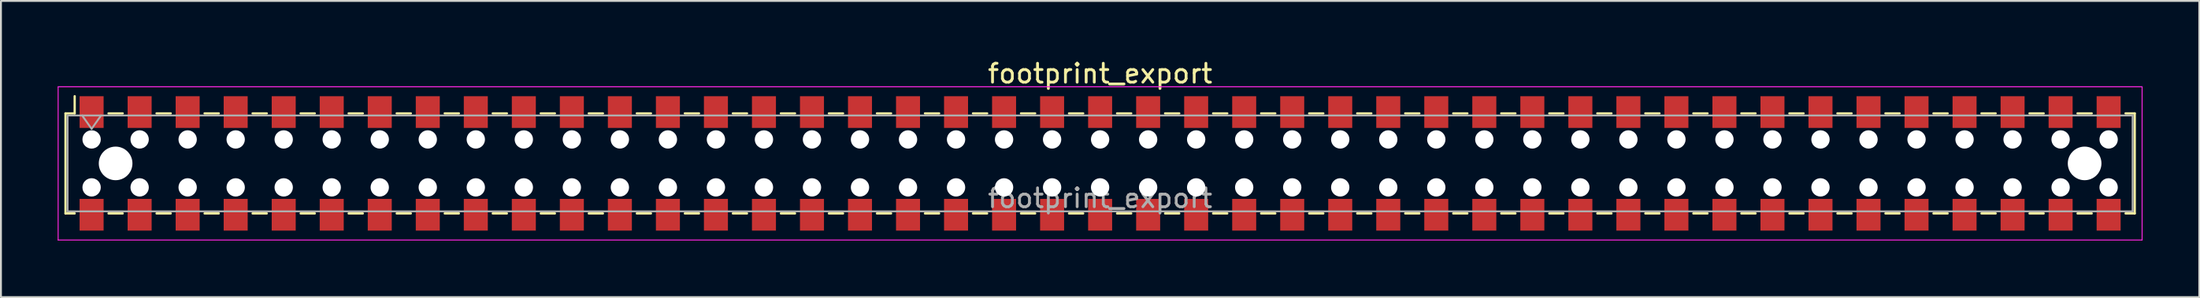
<source format=kicad_pcb>
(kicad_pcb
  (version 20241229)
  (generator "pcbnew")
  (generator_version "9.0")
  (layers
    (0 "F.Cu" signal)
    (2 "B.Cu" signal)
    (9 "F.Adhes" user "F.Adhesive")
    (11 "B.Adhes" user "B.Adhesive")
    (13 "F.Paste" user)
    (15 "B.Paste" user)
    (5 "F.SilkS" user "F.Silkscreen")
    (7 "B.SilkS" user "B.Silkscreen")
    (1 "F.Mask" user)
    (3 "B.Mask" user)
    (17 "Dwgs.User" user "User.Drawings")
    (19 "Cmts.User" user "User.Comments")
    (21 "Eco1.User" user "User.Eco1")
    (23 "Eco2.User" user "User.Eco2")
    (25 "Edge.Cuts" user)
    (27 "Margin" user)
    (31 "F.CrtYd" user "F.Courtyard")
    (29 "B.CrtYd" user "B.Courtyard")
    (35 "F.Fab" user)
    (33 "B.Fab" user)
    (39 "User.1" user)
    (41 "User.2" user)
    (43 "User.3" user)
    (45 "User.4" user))
  (footprint "footprint_export"
    (layer "F.Cu")
    (at 55.135 5.608)
    (property "Reference" "footprint_export" (at 0 -4.76 0) (layer "F.SilkS") (effects (font (size 1 1) (thickness 0.15))))
    (attr smd)
    (fp_line (start -54.72 -2.65) (end -54.72 2.65) (stroke (width 0.12) (type solid)) (layer "F.SilkS"))
    (fp_line (start -54.72 2.65) (end -54.235 2.65) (stroke (width 0.12) (type solid)) (layer "F.SilkS"))
    (fp_line (start -54.235 -3.56) (end -54.235 -2.65) (stroke (width 0.12) (type solid)) (layer "F.SilkS"))
    (fp_line (start -54.235 -2.65) (end -54.72 -2.65) (stroke (width 0.12) (type solid)) (layer "F.SilkS"))
    (fp_line (start -52.445 -2.65) (end -51.695 -2.65) (stroke (width 0.12) (type solid)) (layer "F.SilkS"))
    (fp_line (start -52.445 2.65) (end -51.695 2.65) (stroke (width 0.12) (type solid)) (layer "F.SilkS"))
    (fp_line (start -49.905 -2.65) (end -49.155 -2.65) (stroke (width 0.12) (type solid)) (layer "F.SilkS"))
    (fp_line (start -49.905 2.65) (end -49.155 2.65) (stroke (width 0.12) (type solid)) (layer "F.SilkS"))
    (fp_line (start -47.365 -2.65) (end -46.615 -2.65) (stroke (width 0.12) (type solid)) (layer "F.SilkS"))
    (fp_line (start -47.365 2.65) (end -46.615 2.65) (stroke (width 0.12) (type solid)) (layer "F.SilkS"))
    (fp_line (start -44.825 -2.65) (end -44.075 -2.65) (stroke (width 0.12) (type solid)) (layer "F.SilkS"))
    (fp_line (start -44.825 2.65) (end -44.075 2.65) (stroke (width 0.12) (type solid)) (layer "F.SilkS"))
    (fp_line (start -42.285 -2.65) (end -41.535 -2.65) (stroke (width 0.12) (type solid)) (layer "F.SilkS"))
    (fp_line (start -42.285 2.65) (end -41.535 2.65) (stroke (width 0.12) (type solid)) (layer "F.SilkS"))
    (fp_line (start -39.745 -2.65) (end -38.995 -2.65) (stroke (width 0.12) (type solid)) (layer "F.SilkS"))
    (fp_line (start -39.745 2.65) (end -38.995 2.65) (stroke (width 0.12) (type solid)) (layer "F.SilkS"))
    (fp_line (start -37.205 -2.65) (end -36.455 -2.65) (stroke (width 0.12) (type solid)) (layer "F.SilkS"))
    (fp_line (start -37.205 2.65) (end -36.455 2.65) (stroke (width 0.12) (type solid)) (layer "F.SilkS"))
    (fp_line (start -34.665 -2.65) (end -33.915 -2.65) (stroke (width 0.12) (type solid)) (layer "F.SilkS"))
    (fp_line (start -34.665 2.65) (end -33.915 2.65) (stroke (width 0.12) (type solid)) (layer "F.SilkS"))
    (fp_line (start -32.125 -2.65) (end -31.375 -2.65) (stroke (width 0.12) (type solid)) (layer "F.SilkS"))
    (fp_line (start -32.125 2.65) (end -31.375 2.65) (stroke (width 0.12) (type solid)) (layer "F.SilkS"))
    (fp_line (start -29.585 -2.65) (end -28.835 -2.65) (stroke (width 0.12) (type solid)) (layer "F.SilkS"))
    (fp_line (start -29.585 2.65) (end -28.835 2.65) (stroke (width 0.12) (type solid)) (layer "F.SilkS"))
    (fp_line (start -27.045 -2.65) (end -26.295 -2.65) (stroke (width 0.12) (type solid)) (layer "F.SilkS"))
    (fp_line (start -27.045 2.65) (end -26.295 2.65) (stroke (width 0.12) (type solid)) (layer "F.SilkS"))
    (fp_line (start -24.505 -2.65) (end -23.755 -2.65) (stroke (width 0.12) (type solid)) (layer "F.SilkS"))
    (fp_line (start -24.505 2.65) (end -23.755 2.65) (stroke (width 0.12) (type solid)) (layer "F.SilkS"))
    (fp_line (start -21.965 -2.65) (end -21.215 -2.65) (stroke (width 0.12) (type solid)) (layer "F.SilkS"))
    (fp_line (start -21.965 2.65) (end -21.215 2.65) (stroke (width 0.12) (type solid)) (layer "F.SilkS"))
    (fp_line (start -19.425 -2.65) (end -18.675 -2.65) (stroke (width 0.12) (type solid)) (layer "F.SilkS"))
    (fp_line (start -19.425 2.65) (end -18.675 2.65) (stroke (width 0.12) (type solid)) (layer "F.SilkS"))
    (fp_line (start -16.885 -2.65) (end -16.135 -2.65) (stroke (width 0.12) (type solid)) (layer "F.SilkS"))
    (fp_line (start -16.885 2.65) (end -16.135 2.65) (stroke (width 0.12) (type solid)) (layer "F.SilkS"))
    (fp_line (start -14.345 -2.65) (end -13.595 -2.65) (stroke (width 0.12) (type solid)) (layer "F.SilkS"))
    (fp_line (start -14.345 2.65) (end -13.595 2.65) (stroke (width 0.12) (type solid)) (layer "F.SilkS"))
    (fp_line (start -11.805 -2.65) (end -11.055 -2.65) (stroke (width 0.12) (type solid)) (layer "F.SilkS"))
    (fp_line (start -11.805 2.65) (end -11.055 2.65) (stroke (width 0.12) (type solid)) (layer "F.SilkS"))
    (fp_line (start -9.265 -2.65) (end -8.515 -2.65) (stroke (width 0.12) (type solid)) (layer "F.SilkS"))
    (fp_line (start -9.265 2.65) (end -8.515 2.65) (stroke (width 0.12) (type solid)) (layer "F.SilkS"))
    (fp_line (start -6.725 -2.65) (end -5.975 -2.65) (stroke (width 0.12) (type solid)) (layer "F.SilkS"))
    (fp_line (start -6.725 2.65) (end -5.975 2.65) (stroke (width 0.12) (type solid)) (layer "F.SilkS"))
    (fp_line (start -4.185 -2.65) (end -3.435 -2.65) (stroke (width 0.12) (type solid)) (layer "F.SilkS"))
    (fp_line (start -4.185 2.65) (end -3.435 2.65) (stroke (width 0.12) (type solid)) (layer "F.SilkS"))
    (fp_line (start -1.645 -2.65) (end -0.895 -2.65) (stroke (width 0.12) (type solid)) (layer "F.SilkS"))
    (fp_line (start -1.645 2.65) (end -0.895 2.65) (stroke (width 0.12) (type solid)) (layer "F.SilkS"))
    (fp_line (start 0.895 -2.65) (end 1.645 -2.65) (stroke (width 0.12) (type solid)) (layer "F.SilkS"))
    (fp_line (start 0.895 2.65) (end 1.645 2.65) (stroke (width 0.12) (type solid)) (layer "F.SilkS"))
    (fp_line (start 3.435 -2.65) (end 4.185 -2.65) (stroke (width 0.12) (type solid)) (layer "F.SilkS"))
    (fp_line (start 3.435 2.65) (end 4.185 2.65) (stroke (width 0.12) (type solid)) (layer "F.SilkS"))
    (fp_line (start 5.975 -2.65) (end 6.725 -2.65) (stroke (width 0.12) (type solid)) (layer "F.SilkS"))
    (fp_line (start 5.975 2.65) (end 6.725 2.65) (stroke (width 0.12) (type solid)) (layer "F.SilkS"))
    (fp_line (start 8.515 -2.65) (end 9.265 -2.65) (stroke (width 0.12) (type solid)) (layer "F.SilkS"))
    (fp_line (start 8.515 2.65) (end 9.265 2.65) (stroke (width 0.12) (type solid)) (layer "F.SilkS"))
    (fp_line (start 11.055 -2.65) (end 11.805 -2.65) (stroke (width 0.12) (type solid)) (layer "F.SilkS"))
    (fp_line (start 11.055 2.65) (end 11.805 2.65) (stroke (width 0.12) (type solid)) (layer "F.SilkS"))
    (fp_line (start 13.595 -2.65) (end 14.345 -2.65) (stroke (width 0.12) (type solid)) (layer "F.SilkS"))
    (fp_line (start 13.595 2.65) (end 14.345 2.65) (stroke (width 0.12) (type solid)) (layer "F.SilkS"))
    (fp_line (start 16.135 -2.65) (end 16.885 -2.65) (stroke (width 0.12) (type solid)) (layer "F.SilkS"))
    (fp_line (start 16.135 2.65) (end 16.885 2.65) (stroke (width 0.12) (type solid)) (layer "F.SilkS"))
    (fp_line (start 18.675 -2.65) (end 19.425 -2.65) (stroke (width 0.12) (type solid)) (layer "F.SilkS"))
    (fp_line (start 18.675 2.65) (end 19.425 2.65) (stroke (width 0.12) (type solid)) (layer "F.SilkS"))
    (fp_line (start 21.215 -2.65) (end 21.965 -2.65) (stroke (width 0.12) (type solid)) (layer "F.SilkS"))
    (fp_line (start 21.215 2.65) (end 21.965 2.65) (stroke (width 0.12) (type solid)) (layer "F.SilkS"))
    (fp_line (start 23.755 -2.65) (end 24.505 -2.65) (stroke (width 0.12) (type solid)) (layer "F.SilkS"))
    (fp_line (start 23.755 2.65) (end 24.505 2.65) (stroke (width 0.12) (type solid)) (layer "F.SilkS"))
    (fp_line (start 26.295 -2.65) (end 27.045 -2.65) (stroke (width 0.12) (type solid)) (layer "F.SilkS"))
    (fp_line (start 26.295 2.65) (end 27.045 2.65) (stroke (width 0.12) (type solid)) (layer "F.SilkS"))
    (fp_line (start 28.835 -2.65) (end 29.585 -2.65) (stroke (width 0.12) (type solid)) (layer "F.SilkS"))
    (fp_line (start 28.835 2.65) (end 29.585 2.65) (stroke (width 0.12) (type solid)) (layer "F.SilkS"))
    (fp_line (start 31.375 -2.65) (end 32.125 -2.65) (stroke (width 0.12) (type solid)) (layer "F.SilkS"))
    (fp_line (start 31.375 2.65) (end 32.125 2.65) (stroke (width 0.12) (type solid)) (layer "F.SilkS"))
    (fp_line (start 33.915 -2.65) (end 34.665 -2.65) (stroke (width 0.12) (type solid)) (layer "F.SilkS"))
    (fp_line (start 33.915 2.65) (end 34.665 2.65) (stroke (width 0.12) (type solid)) (layer "F.SilkS"))
    (fp_line (start 36.455 -2.65) (end 37.205 -2.65) (stroke (width 0.12) (type solid)) (layer "F.SilkS"))
    (fp_line (start 36.455 2.65) (end 37.205 2.65) (stroke (width 0.12) (type solid)) (layer "F.SilkS"))
    (fp_line (start 38.995 -2.65) (end 39.745 -2.65) (stroke (width 0.12) (type solid)) (layer "F.SilkS"))
    (fp_line (start 38.995 2.65) (end 39.745 2.65) (stroke (width 0.12) (type solid)) (layer "F.SilkS"))
    (fp_line (start 41.535 -2.65) (end 42.285 -2.65) (stroke (width 0.12) (type solid)) (layer "F.SilkS"))
    (fp_line (start 41.535 2.65) (end 42.285 2.65) (stroke (width 0.12) (type solid)) (layer "F.SilkS"))
    (fp_line (start 44.075 -2.65) (end 44.825 -2.65) (stroke (width 0.12) (type solid)) (layer "F.SilkS"))
    (fp_line (start 44.075 2.65) (end 44.825 2.65) (stroke (width 0.12) (type solid)) (layer "F.SilkS"))
    (fp_line (start 46.615 -2.65) (end 47.365 -2.65) (stroke (width 0.12) (type solid)) (layer "F.SilkS"))
    (fp_line (start 46.615 2.65) (end 47.365 2.65) (stroke (width 0.12) (type solid)) (layer "F.SilkS"))
    (fp_line (start 49.155 -2.65) (end 49.905 -2.65) (stroke (width 0.12) (type solid)) (layer "F.SilkS"))
    (fp_line (start 49.155 2.65) (end 49.905 2.65) (stroke (width 0.12) (type solid)) (layer "F.SilkS"))
    (fp_line (start 51.695 -2.65) (end 52.445 -2.65) (stroke (width 0.12) (type solid)) (layer "F.SilkS"))
    (fp_line (start 51.695 2.65) (end 52.445 2.65) (stroke (width 0.12) (type solid)) (layer "F.SilkS"))
    (fp_line (start 54.235 -2.65) (end 54.72 -2.65) (stroke (width 0.12) (type solid)) (layer "F.SilkS"))
    (fp_line (start 54.72 -2.65) (end 54.72 2.65) (stroke (width 0.12) (type solid)) (layer "F.SilkS"))
    (fp_line (start 54.72 2.65) (end 54.235 2.65) (stroke (width 0.12) (type solid)) (layer "F.SilkS"))
    (fp_line (start -55.11 -4.06) (end 55.11 -4.06) (stroke (width 0.05) (type solid)) (layer "F.CrtYd"))
    (fp_line (start -55.11 4.06) (end -55.11 -4.06) (stroke (width 0.05) (type solid)) (layer "F.CrtYd"))
    (fp_line (start 55.11 -4.06) (end 55.11 4.06) (stroke (width 0.05) (type solid)) (layer "F.CrtYd"))
    (fp_line (start 55.11 4.06) (end -55.11 4.06) (stroke (width 0.05) (type solid)) (layer "F.CrtYd"))
    (fp_line (start -54.61 -2.54) (end 54.61 -2.54) (stroke (width 0.1) (type solid)) (layer "F.Fab"))
    (fp_line (start -54.61 2.54) (end -54.61 -2.54) (stroke (width 0.1) (type solid)) (layer "F.Fab"))
    (fp_line (start -53.84 -2.54) (end -53.34 -1.833) (stroke (width 0.1) (type solid)) (layer "F.Fab"))
    (fp_line (start -53.34 -1.833) (end -52.84 -2.54) (stroke (width 0.1) (type solid)) (layer "F.Fab"))
    (fp_line (start 54.61 -2.54) (end 54.61 2.54) (stroke (width 0.1) (type solid)) (layer "F.Fab"))
    (fp_line (start 54.61 2.54) (end -54.61 2.54) (stroke (width 0.1) (type solid)) (layer "F.Fab"))
    (fp_text user "${REFERENCE}" (at 0 1.84 0) (layer "F.Fab") (effects (font (size 1 1) (thickness 0.15))))
    (pad "" np_thru_hole circle (at -53.34 -1.27) (size 0.97 0.97) (drill 0.97) (layers "*.Cu" "*.Mask"))
    (pad "" np_thru_hole circle (at -53.34 1.27) (size 0.97 0.97) (drill 0.97) (layers "*.Cu" "*.Mask"))
    (pad "" np_thru_hole circle (at -52.07 0) (size 1.78 1.78) (drill 1.78) (layers "*.Cu" "*.Mask"))
    (pad "" np_thru_hole circle (at -50.8 -1.27) (size 0.97 0.97) (drill 0.97) (layers "*.Cu" "*.Mask"))
    (pad "" np_thru_hole circle (at -50.8 1.27) (size 0.97 0.97) (drill 0.97) (layers "*.Cu" "*.Mask"))
    (pad "" np_thru_hole circle (at -48.26 -1.27) (size 0.97 0.97) (drill 0.97) (layers "*.Cu" "*.Mask"))
    (pad "" np_thru_hole circle (at -48.26 1.27) (size 0.97 0.97) (drill 0.97) (layers "*.Cu" "*.Mask"))
    (pad "" np_thru_hole circle (at -45.72 -1.27) (size 0.97 0.97) (drill 0.97) (layers "*.Cu" "*.Mask"))
    (pad "" np_thru_hole circle (at -45.72 1.27) (size 0.97 0.97) (drill 0.97) (layers "*.Cu" "*.Mask"))
    (pad "" np_thru_hole circle (at -43.18 -1.27) (size 0.97 0.97) (drill 0.97) (layers "*.Cu" "*.Mask"))
    (pad "" np_thru_hole circle (at -43.18 1.27) (size 0.97 0.97) (drill 0.97) (layers "*.Cu" "*.Mask"))
    (pad "" np_thru_hole circle (at -40.64 -1.27) (size 0.97 0.97) (drill 0.97) (layers "*.Cu" "*.Mask"))
    (pad "" np_thru_hole circle (at -40.64 1.27) (size 0.97 0.97) (drill 0.97) (layers "*.Cu" "*.Mask"))
    (pad "" np_thru_hole circle (at -38.1 -1.27) (size 0.97 0.97) (drill 0.97) (layers "*.Cu" "*.Mask"))
    (pad "" np_thru_hole circle (at -38.1 1.27) (size 0.97 0.97) (drill 0.97) (layers "*.Cu" "*.Mask"))
    (pad "" np_thru_hole circle (at -35.56 -1.27) (size 0.97 0.97) (drill 0.97) (layers "*.Cu" "*.Mask"))
    (pad "" np_thru_hole circle (at -35.56 1.27) (size 0.97 0.97) (drill 0.97) (layers "*.Cu" "*.Mask"))
    (pad "" np_thru_hole circle (at -33.02 -1.27) (size 0.97 0.97) (drill 0.97) (layers "*.Cu" "*.Mask"))
    (pad "" np_thru_hole circle (at -33.02 1.27) (size 0.97 0.97) (drill 0.97) (layers "*.Cu" "*.Mask"))
    (pad "" np_thru_hole circle (at -30.48 -1.27) (size 0.97 0.97) (drill 0.97) (layers "*.Cu" "*.Mask"))
    (pad "" np_thru_hole circle (at -30.48 1.27) (size 0.97 0.97) (drill 0.97) (layers "*.Cu" "*.Mask"))
    (pad "" np_thru_hole circle (at -27.94 -1.27) (size 0.97 0.97) (drill 0.97) (layers "*.Cu" "*.Mask"))
    (pad "" np_thru_hole circle (at -27.94 1.27) (size 0.97 0.97) (drill 0.97) (layers "*.Cu" "*.Mask"))
    (pad "" np_thru_hole circle (at -25.4 -1.27) (size 0.97 0.97) (drill 0.97) (layers "*.Cu" "*.Mask"))
    (pad "" np_thru_hole circle (at -25.4 1.27) (size 0.97 0.97) (drill 0.97) (layers "*.Cu" "*.Mask"))
    (pad "" np_thru_hole circle (at -22.86 -1.27) (size 0.97 0.97) (drill 0.97) (layers "*.Cu" "*.Mask"))
    (pad "" np_thru_hole circle (at -22.86 1.27) (size 0.97 0.97) (drill 0.97) (layers "*.Cu" "*.Mask"))
    (pad "" np_thru_hole circle (at -20.32 -1.27) (size 0.97 0.97) (drill 0.97) (layers "*.Cu" "*.Mask"))
    (pad "" np_thru_hole circle (at -20.32 1.27) (size 0.97 0.97) (drill 0.97) (layers "*.Cu" "*.Mask"))
    (pad "" np_thru_hole circle (at -17.78 -1.27) (size 0.97 0.97) (drill 0.97) (layers "*.Cu" "*.Mask"))
    (pad "" np_thru_hole circle (at -17.78 1.27) (size 0.97 0.97) (drill 0.97) (layers "*.Cu" "*.Mask"))
    (pad "" np_thru_hole circle (at -15.24 -1.27) (size 0.97 0.97) (drill 0.97) (layers "*.Cu" "*.Mask"))
    (pad "" np_thru_hole circle (at -15.24 1.27) (size 0.97 0.97) (drill 0.97) (layers "*.Cu" "*.Mask"))
    (pad "" np_thru_hole circle (at -12.7 -1.27) (size 0.97 0.97) (drill 0.97) (layers "*.Cu" "*.Mask"))
    (pad "" np_thru_hole circle (at -12.7 1.27) (size 0.97 0.97) (drill 0.97) (layers "*.Cu" "*.Mask"))
    (pad "" np_thru_hole circle (at -10.16 -1.27) (size 0.97 0.97) (drill 0.97) (layers "*.Cu" "*.Mask"))
    (pad "" np_thru_hole circle (at -10.16 1.27) (size 0.97 0.97) (drill 0.97) (layers "*.Cu" "*.Mask"))
    (pad "" np_thru_hole circle (at -7.62 -1.27) (size 0.97 0.97) (drill 0.97) (layers "*.Cu" "*.Mask"))
    (pad "" np_thru_hole circle (at -7.62 1.27) (size 0.97 0.97) (drill 0.97) (layers "*.Cu" "*.Mask"))
    (pad "" np_thru_hole circle (at -5.08 -1.27) (size 0.97 0.97) (drill 0.97) (layers "*.Cu" "*.Mask"))
    (pad "" np_thru_hole circle (at -5.08 1.27) (size 0.97 0.97) (drill 0.97) (layers "*.Cu" "*.Mask"))
    (pad "" np_thru_hole circle (at -2.54 -1.27) (size 0.97 0.97) (drill 0.97) (layers "*.Cu" "*.Mask"))
    (pad "" np_thru_hole circle (at -2.54 1.27) (size 0.97 0.97) (drill 0.97) (layers "*.Cu" "*.Mask"))
    (pad "" np_thru_hole circle (at 0 -1.27) (size 0.97 0.97) (drill 0.97) (layers "*.Cu" "*.Mask"))
    (pad "" np_thru_hole circle (at 0 1.27) (size 0.97 0.97) (drill 0.97) (layers "*.Cu" "*.Mask"))
    (pad "" np_thru_hole circle (at 2.54 -1.27) (size 0.97 0.97) (drill 0.97) (layers "*.Cu" "*.Mask"))
    (pad "" np_thru_hole circle (at 2.54 1.27) (size 0.97 0.97) (drill 0.97) (layers "*.Cu" "*.Mask"))
    (pad "" np_thru_hole circle (at 5.08 -1.27) (size 0.97 0.97) (drill 0.97) (layers "*.Cu" "*.Mask"))
    (pad "" np_thru_hole circle (at 5.08 1.27) (size 0.97 0.97) (drill 0.97) (layers "*.Cu" "*.Mask"))
    (pad "" np_thru_hole circle (at 7.62 -1.27) (size 0.97 0.97) (drill 0.97) (layers "*.Cu" "*.Mask"))
    (pad "" np_thru_hole circle (at 7.62 1.27) (size 0.97 0.97) (drill 0.97) (layers "*.Cu" "*.Mask"))
    (pad "" np_thru_hole circle (at 10.16 -1.27) (size 0.97 0.97) (drill 0.97) (layers "*.Cu" "*.Mask"))
    (pad "" np_thru_hole circle (at 10.16 1.27) (size 0.97 0.97) (drill 0.97) (layers "*.Cu" "*.Mask"))
    (pad "" np_thru_hole circle (at 12.7 -1.27) (size 0.97 0.97) (drill 0.97) (layers "*.Cu" "*.Mask"))
    (pad "" np_thru_hole circle (at 12.7 1.27) (size 0.97 0.97) (drill 0.97) (layers "*.Cu" "*.Mask"))
    (pad "" np_thru_hole circle (at 15.24 -1.27) (size 0.97 0.97) (drill 0.97) (layers "*.Cu" "*.Mask"))
    (pad "" np_thru_hole circle (at 15.24 1.27) (size 0.97 0.97) (drill 0.97) (layers "*.Cu" "*.Mask"))
    (pad "" np_thru_hole circle (at 17.78 -1.27) (size 0.97 0.97) (drill 0.97) (layers "*.Cu" "*.Mask"))
    (pad "" np_thru_hole circle (at 17.78 1.27) (size 0.97 0.97) (drill 0.97) (layers "*.Cu" "*.Mask"))
    (pad "" np_thru_hole circle (at 20.32 -1.27) (size 0.97 0.97) (drill 0.97) (layers "*.Cu" "*.Mask"))
    (pad "" np_thru_hole circle (at 20.32 1.27) (size 0.97 0.97) (drill 0.97) (layers "*.Cu" "*.Mask"))
    (pad "" np_thru_hole circle (at 22.86 -1.27) (size 0.97 0.97) (drill 0.97) (layers "*.Cu" "*.Mask"))
    (pad "" np_thru_hole circle (at 22.86 1.27) (size 0.97 0.97) (drill 0.97) (layers "*.Cu" "*.Mask"))
    (pad "" np_thru_hole circle (at 25.4 -1.27) (size 0.97 0.97) (drill 0.97) (layers "*.Cu" "*.Mask"))
    (pad "" np_thru_hole circle (at 25.4 1.27) (size 0.97 0.97) (drill 0.97) (layers "*.Cu" "*.Mask"))
    (pad "" np_thru_hole circle (at 27.94 -1.27) (size 0.97 0.97) (drill 0.97) (layers "*.Cu" "*.Mask"))
    (pad "" np_thru_hole circle (at 27.94 1.27) (size 0.97 0.97) (drill 0.97) (layers "*.Cu" "*.Mask"))
    (pad "" np_thru_hole circle (at 30.48 -1.27) (size 0.97 0.97) (drill 0.97) (layers "*.Cu" "*.Mask"))
    (pad "" np_thru_hole circle (at 30.48 1.27) (size 0.97 0.97) (drill 0.97) (layers "*.Cu" "*.Mask"))
    (pad "" np_thru_hole circle (at 33.02 -1.27) (size 0.97 0.97) (drill 0.97) (layers "*.Cu" "*.Mask"))
    (pad "" np_thru_hole circle (at 33.02 1.27) (size 0.97 0.97) (drill 0.97) (layers "*.Cu" "*.Mask"))
    (pad "" np_thru_hole circle (at 35.56 -1.27) (size 0.97 0.97) (drill 0.97) (layers "*.Cu" "*.Mask"))
    (pad "" np_thru_hole circle (at 35.56 1.27) (size 0.97 0.97) (drill 0.97) (layers "*.Cu" "*.Mask"))
    (pad "" np_thru_hole circle (at 38.1 -1.27) (size 0.97 0.97) (drill 0.97) (layers "*.Cu" "*.Mask"))
    (pad "" np_thru_hole circle (at 38.1 1.27) (size 0.97 0.97) (drill 0.97) (layers "*.Cu" "*.Mask"))
    (pad "" np_thru_hole circle (at 40.64 -1.27) (size 0.97 0.97) (drill 0.97) (layers "*.Cu" "*.Mask"))
    (pad "" np_thru_hole circle (at 40.64 1.27) (size 0.97 0.97) (drill 0.97) (layers "*.Cu" "*.Mask"))
    (pad "" np_thru_hole circle (at 43.18 -1.27) (size 0.97 0.97) (drill 0.97) (layers "*.Cu" "*.Mask"))
    (pad "" np_thru_hole circle (at 43.18 1.27) (size 0.97 0.97) (drill 0.97) (layers "*.Cu" "*.Mask"))
    (pad "" np_thru_hole circle (at 45.72 -1.27) (size 0.97 0.97) (drill 0.97) (layers "*.Cu" "*.Mask"))
    (pad "" np_thru_hole circle (at 45.72 1.27) (size 0.97 0.97) (drill 0.97) (layers "*.Cu" "*.Mask"))
    (pad "" np_thru_hole circle (at 48.26 -1.27) (size 0.97 0.97) (drill 0.97) (layers "*.Cu" "*.Mask"))
    (pad "" np_thru_hole circle (at 48.26 1.27) (size 0.97 0.97) (drill 0.97) (layers "*.Cu" "*.Mask"))
    (pad "" np_thru_hole circle (at 50.8 -1.27) (size 0.97 0.97) (drill 0.97) (layers "*.Cu" "*.Mask"))
    (pad "" np_thru_hole circle (at 50.8 1.27) (size 0.97 0.97) (drill 0.97) (layers "*.Cu" "*.Mask"))
    (pad "" np_thru_hole circle (at 52.07 0) (size 1.78 1.78) (drill 1.78) (layers "*.Cu" "*.Mask"))
    (pad "" np_thru_hole circle (at 53.34 -1.27) (size 0.97 0.97) (drill 0.97) (layers "*.Cu" "*.Mask"))
    (pad "" np_thru_hole circle (at 53.34 1.27) (size 0.97 0.97) (drill 0.97) (layers "*.Cu" "*.Mask"))
    (pad "1" smd rect (at -53.34 -2.72) (size 1.27 1.68) (layers "F.Cu" "F.Mask" "F.Paste"))
    (pad "2" smd rect (at -53.34 2.72) (size 1.27 1.68) (layers "F.Cu" "F.Mask" "F.Paste"))
    (pad "3" smd rect (at -50.8 -2.72) (size 1.27 1.68) (layers "F.Cu" "F.Mask" "F.Paste"))
    (pad "4" smd rect (at -50.8 2.72) (size 1.27 1.68) (layers "F.Cu" "F.Mask" "F.Paste"))
    (pad "5" smd rect (at -48.26 -2.72) (size 1.27 1.68) (layers "F.Cu" "F.Mask" "F.Paste"))
    (pad "6" smd rect (at -48.26 2.72) (size 1.27 1.68) (layers "F.Cu" "F.Mask" "F.Paste"))
    (pad "7" smd rect (at -45.72 -2.72) (size 1.27 1.68) (layers "F.Cu" "F.Mask" "F.Paste"))
    (pad "8" smd rect (at -45.72 2.72) (size 1.27 1.68) (layers "F.Cu" "F.Mask" "F.Paste"))
    (pad "9" smd rect (at -43.18 -2.72) (size 1.27 1.68) (layers "F.Cu" "F.Mask" "F.Paste"))
    (pad "10" smd rect (at -43.18 2.72) (size 1.27 1.68) (layers "F.Cu" "F.Mask" "F.Paste"))
    (pad "11" smd rect (at -40.64 -2.72) (size 1.27 1.68) (layers "F.Cu" "F.Mask" "F.Paste"))
    (pad "12" smd rect (at -40.64 2.72) (size 1.27 1.68) (layers "F.Cu" "F.Mask" "F.Paste"))
    (pad "13" smd rect (at -38.1 -2.72) (size 1.27 1.68) (layers "F.Cu" "F.Mask" "F.Paste"))
    (pad "14" smd rect (at -38.1 2.72) (size 1.27 1.68) (layers "F.Cu" "F.Mask" "F.Paste"))
    (pad "15" smd rect (at -35.56 -2.72) (size 1.27 1.68) (layers "F.Cu" "F.Mask" "F.Paste"))
    (pad "16" smd rect (at -35.56 2.72) (size 1.27 1.68) (layers "F.Cu" "F.Mask" "F.Paste"))
    (pad "17" smd rect (at -33.02 -2.72) (size 1.27 1.68) (layers "F.Cu" "F.Mask" "F.Paste"))
    (pad "18" smd rect (at -33.02 2.72) (size 1.27 1.68) (layers "F.Cu" "F.Mask" "F.Paste"))
    (pad "19" smd rect (at -30.48 -2.72) (size 1.27 1.68) (layers "F.Cu" "F.Mask" "F.Paste"))
    (pad "20" smd rect (at -30.48 2.72) (size 1.27 1.68) (layers "F.Cu" "F.Mask" "F.Paste"))
    (pad "21" smd rect (at -27.94 -2.72) (size 1.27 1.68) (layers "F.Cu" "F.Mask" "F.Paste"))
    (pad "22" smd rect (at -27.94 2.72) (size 1.27 1.68) (layers "F.Cu" "F.Mask" "F.Paste"))
    (pad "23" smd rect (at -25.4 -2.72) (size 1.27 1.68) (layers "F.Cu" "F.Mask" "F.Paste"))
    (pad "24" smd rect (at -25.4 2.72) (size 1.27 1.68) (layers "F.Cu" "F.Mask" "F.Paste"))
    (pad "25" smd rect (at -22.86 -2.72) (size 1.27 1.68) (layers "F.Cu" "F.Mask" "F.Paste"))
    (pad "26" smd rect (at -22.86 2.72) (size 1.27 1.68) (layers "F.Cu" "F.Mask" "F.Paste"))
    (pad "27" smd rect (at -20.32 -2.72) (size 1.27 1.68) (layers "F.Cu" "F.Mask" "F.Paste"))
    (pad "28" smd rect (at -20.32 2.72) (size 1.27 1.68) (layers "F.Cu" "F.Mask" "F.Paste"))
    (pad "29" smd rect (at -17.78 -2.72) (size 1.27 1.68) (layers "F.Cu" "F.Mask" "F.Paste"))
    (pad "30" smd rect (at -17.78 2.72) (size 1.27 1.68) (layers "F.Cu" "F.Mask" "F.Paste"))
    (pad "31" smd rect (at -15.24 -2.72) (size 1.27 1.68) (layers "F.Cu" "F.Mask" "F.Paste"))
    (pad "32" smd rect (at -15.24 2.72) (size 1.27 1.68) (layers "F.Cu" "F.Mask" "F.Paste"))
    (pad "33" smd rect (at -12.7 -2.72) (size 1.27 1.68) (layers "F.Cu" "F.Mask" "F.Paste"))
    (pad "34" smd rect (at -12.7 2.72) (size 1.27 1.68) (layers "F.Cu" "F.Mask" "F.Paste"))
    (pad "35" smd rect (at -10.16 -2.72) (size 1.27 1.68) (layers "F.Cu" "F.Mask" "F.Paste"))
    (pad "36" smd rect (at -10.16 2.72) (size 1.27 1.68) (layers "F.Cu" "F.Mask" "F.Paste"))
    (pad "37" smd rect (at -7.62 -2.72) (size 1.27 1.68) (layers "F.Cu" "F.Mask" "F.Paste"))
    (pad "38" smd rect (at -7.62 2.72) (size 1.27 1.68) (layers "F.Cu" "F.Mask" "F.Paste"))
    (pad "39" smd rect (at -5.08 -2.72) (size 1.27 1.68) (layers "F.Cu" "F.Mask" "F.Paste"))
    (pad "40" smd rect (at -5.08 2.72) (size 1.27 1.68) (layers "F.Cu" "F.Mask" "F.Paste"))
    (pad "41" smd rect (at -2.54 -2.72) (size 1.27 1.68) (layers "F.Cu" "F.Mask" "F.Paste"))
    (pad "42" smd rect (at -2.54 2.72) (size 1.27 1.68) (layers "F.Cu" "F.Mask" "F.Paste"))
    (pad "43" smd rect (at 0 -2.72) (size 1.27 1.68) (layers "F.Cu" "F.Mask" "F.Paste"))
    (pad "44" smd rect (at 0 2.72) (size 1.27 1.68) (layers "F.Cu" "F.Mask" "F.Paste"))
    (pad "45" smd rect (at 2.54 -2.72) (size 1.27 1.68) (layers "F.Cu" "F.Mask" "F.Paste"))
    (pad "46" smd rect (at 2.54 2.72) (size 1.27 1.68) (layers "F.Cu" "F.Mask" "F.Paste"))
    (pad "47" smd rect (at 5.08 -2.72) (size 1.27 1.68) (layers "F.Cu" "F.Mask" "F.Paste"))
    (pad "48" smd rect (at 5.08 2.72) (size 1.27 1.68) (layers "F.Cu" "F.Mask" "F.Paste"))
    (pad "49" smd rect (at 7.62 -2.72) (size 1.27 1.68) (layers "F.Cu" "F.Mask" "F.Paste"))
    (pad "50" smd rect (at 7.62 2.72) (size 1.27 1.68) (layers "F.Cu" "F.Mask" "F.Paste"))
    (pad "51" smd rect (at 10.16 -2.72) (size 1.27 1.68) (layers "F.Cu" "F.Mask" "F.Paste"))
    (pad "52" smd rect (at 10.16 2.72) (size 1.27 1.68) (layers "F.Cu" "F.Mask" "F.Paste"))
    (pad "53" smd rect (at 12.7 -2.72) (size 1.27 1.68) (layers "F.Cu" "F.Mask" "F.Paste"))
    (pad "54" smd rect (at 12.7 2.72) (size 1.27 1.68) (layers "F.Cu" "F.Mask" "F.Paste"))
    (pad "55" smd rect (at 15.24 -2.72) (size 1.27 1.68) (layers "F.Cu" "F.Mask" "F.Paste"))
    (pad "56" smd rect (at 15.24 2.72) (size 1.27 1.68) (layers "F.Cu" "F.Mask" "F.Paste"))
    (pad "57" smd rect (at 17.78 -2.72) (size 1.27 1.68) (layers "F.Cu" "F.Mask" "F.Paste"))
    (pad "58" smd rect (at 17.78 2.72) (size 1.27 1.68) (layers "F.Cu" "F.Mask" "F.Paste"))
    (pad "59" smd rect (at 20.32 -2.72) (size 1.27 1.68) (layers "F.Cu" "F.Mask" "F.Paste"))
    (pad "60" smd rect (at 20.32 2.72) (size 1.27 1.68) (layers "F.Cu" "F.Mask" "F.Paste"))
    (pad "61" smd rect (at 22.86 -2.72) (size 1.27 1.68) (layers "F.Cu" "F.Mask" "F.Paste"))
    (pad "62" smd rect (at 22.86 2.72) (size 1.27 1.68) (layers "F.Cu" "F.Mask" "F.Paste"))
    (pad "63" smd rect (at 25.4 -2.72) (size 1.27 1.68) (layers "F.Cu" "F.Mask" "F.Paste"))
    (pad "64" smd rect (at 25.4 2.72) (size 1.27 1.68) (layers "F.Cu" "F.Mask" "F.Paste"))
    (pad "65" smd rect (at 27.94 -2.72) (size 1.27 1.68) (layers "F.Cu" "F.Mask" "F.Paste"))
    (pad "66" smd rect (at 27.94 2.72) (size 1.27 1.68) (layers "F.Cu" "F.Mask" "F.Paste"))
    (pad "67" smd rect (at 30.48 -2.72) (size 1.27 1.68) (layers "F.Cu" "F.Mask" "F.Paste"))
    (pad "68" smd rect (at 30.48 2.72) (size 1.27 1.68) (layers "F.Cu" "F.Mask" "F.Paste"))
    (pad "69" smd rect (at 33.02 -2.72) (size 1.27 1.68) (layers "F.Cu" "F.Mask" "F.Paste"))
    (pad "70" smd rect (at 33.02 2.72) (size 1.27 1.68) (layers "F.Cu" "F.Mask" "F.Paste"))
    (pad "71" smd rect (at 35.56 -2.72) (size 1.27 1.68) (layers "F.Cu" "F.Mask" "F.Paste"))
    (pad "72" smd rect (at 35.56 2.72) (size 1.27 1.68) (layers "F.Cu" "F.Mask" "F.Paste"))
    (pad "73" smd rect (at 38.1 -2.72) (size 1.27 1.68) (layers "F.Cu" "F.Mask" "F.Paste"))
    (pad "74" smd rect (at 38.1 2.72) (size 1.27 1.68) (layers "F.Cu" "F.Mask" "F.Paste"))
    (pad "75" smd rect (at 40.64 -2.72) (size 1.27 1.68) (layers "F.Cu" "F.Mask" "F.Paste"))
    (pad "76" smd rect (at 40.64 2.72) (size 1.27 1.68) (layers "F.Cu" "F.Mask" "F.Paste"))
    (pad "77" smd rect (at 43.18 -2.72) (size 1.27 1.68) (layers "F.Cu" "F.Mask" "F.Paste"))
    (pad "78" smd rect (at 43.18 2.72) (size 1.27 1.68) (layers "F.Cu" "F.Mask" "F.Paste"))
    (pad "79" smd rect (at 45.72 -2.72) (size 1.27 1.68) (layers "F.Cu" "F.Mask" "F.Paste"))
    (pad "80" smd rect (at 45.72 2.72) (size 1.27 1.68) (layers "F.Cu" "F.Mask" "F.Paste"))
    (pad "81" smd rect (at 48.26 -2.72) (size 1.27 1.68) (layers "F.Cu" "F.Mask" "F.Paste"))
    (pad "82" smd rect (at 48.26 2.72) (size 1.27 1.68) (layers "F.Cu" "F.Mask" "F.Paste"))
    (pad "83" smd rect (at 50.8 -2.72) (size 1.27 1.68) (layers "F.Cu" "F.Mask" "F.Paste"))
    (pad "84" smd rect (at 50.8 2.72) (size 1.27 1.68) (layers "F.Cu" "F.Mask" "F.Paste"))
    (pad "85" smd rect (at 53.34 -2.72) (size 1.27 1.68) (layers "F.Cu" "F.Mask" "F.Paste"))
    (pad "86" smd rect (at 53.34 2.72) (size 1.27 1.68) (layers "F.Cu" "F.Mask" "F.Paste")))
  (gr_rect
    (start -3 -3)
    (end 113.27 12.693)
    (stroke (width 0.1) (type default))
    (fill no)
    (layer "Edge.Cuts")))
</source>
